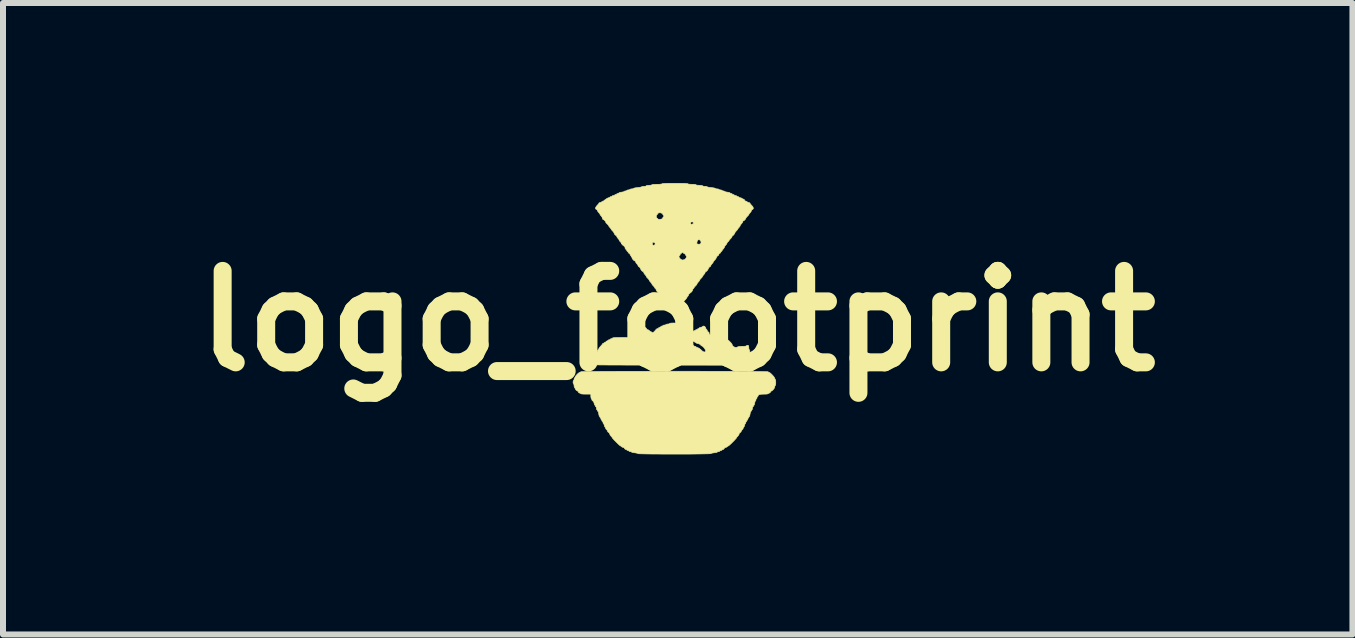
<source format=kicad_pcb>
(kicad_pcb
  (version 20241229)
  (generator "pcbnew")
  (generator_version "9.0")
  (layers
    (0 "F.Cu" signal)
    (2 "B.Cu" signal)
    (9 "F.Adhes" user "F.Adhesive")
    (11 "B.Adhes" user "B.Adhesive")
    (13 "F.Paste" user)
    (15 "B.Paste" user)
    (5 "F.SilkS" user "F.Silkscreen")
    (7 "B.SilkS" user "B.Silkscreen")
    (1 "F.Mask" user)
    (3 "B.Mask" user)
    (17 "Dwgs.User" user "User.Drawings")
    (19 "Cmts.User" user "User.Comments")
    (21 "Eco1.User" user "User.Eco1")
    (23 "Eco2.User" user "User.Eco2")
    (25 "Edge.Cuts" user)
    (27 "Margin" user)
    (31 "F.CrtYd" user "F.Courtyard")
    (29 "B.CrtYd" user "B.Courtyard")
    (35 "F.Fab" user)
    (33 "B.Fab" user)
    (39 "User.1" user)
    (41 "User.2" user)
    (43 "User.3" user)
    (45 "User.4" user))
  (footprint "logo_footprint"
    (layer "F.Cu")
    (at 8.244 2.299)
    (property "Reference" "logo_footprint" (at 0 0 0) (layer "F.SilkS") (effects (font (size 1.524 1.524) (thickness 0.3))))
    (attr through_hole)
    (fp_poly (pts (xy 0.164 0.838) (xy 0.367 0.838) (xy 0.554 0.839) (xy 0.724 0.839) (xy 0.877 0.839) (xy 1.014 0.84) (xy 1.134 0.84) (xy 1.237 0.841) (xy 1.324 0.842) (xy 1.394 0.843) (xy 1.447 0.844) (xy 1.484 0.845) (xy 1.503 0.846) (xy 1.507 0.847) (xy 1.514 0.854) (xy 1.519 0.855) (xy 1.533 0.861) (xy 1.553 0.877) (xy 1.575 0.899) (xy 1.596 0.922) (xy 1.611 0.942) (xy 1.617 0.956) (xy 1.621 0.97) (xy 1.626 0.974) (xy 1.63 0.981) (xy 1.633 1.002) (xy 1.634 1.024) (xy 1.633 1.052) (xy 1.629 1.07) (xy 1.626 1.075) (xy 1.619 1.083) (xy 1.617 1.097) (xy 1.612 1.115) (xy 1.598 1.136) (xy 1.58 1.155) (xy 1.564 1.167) (xy 1.558 1.168) (xy 1.55 1.175) (xy 1.545 1.185) (xy 1.534 1.199) (xy 1.523 1.202) (xy 1.51 1.206) (xy 1.507 1.211) (xy 1.499 1.215) (xy 1.477 1.218) (xy 1.444 1.219) (xy 1.434 1.219) (xy 1.39 1.221) (xy 1.36 1.226) (xy 1.343 1.236) (xy 1.338 1.251) (xy 1.338 1.252) (xy 1.332 1.261) (xy 1.329 1.262) (xy 1.322 1.269) (xy 1.321 1.278) (xy 1.317 1.292) (xy 1.312 1.295) (xy 1.305 1.302) (xy 1.304 1.312) (xy 1.301 1.326) (xy 1.296 1.329) (xy 1.291 1.337) (xy 1.285 1.356) (xy 1.283 1.367) (xy 1.278 1.39) (xy 1.272 1.404) (xy 1.269 1.405) (xy 1.262 1.412) (xy 1.262 1.418) (xy 1.257 1.429) (xy 1.253 1.431) (xy 1.247 1.438) (xy 1.245 1.456) (xy 1.245 1.456) (xy 1.242 1.474) (xy 1.236 1.482) (xy 1.236 1.482) (xy 1.229 1.489) (xy 1.228 1.494) (xy 1.223 1.506) (xy 1.219 1.507) (xy 1.214 1.515) (xy 1.208 1.534) (xy 1.206 1.549) (xy 1.201 1.574) (xy 1.196 1.589) (xy 1.193 1.592) (xy 1.186 1.599) (xy 1.185 1.604) (xy 1.181 1.616) (xy 1.177 1.617) (xy 1.17 1.624) (xy 1.168 1.634) (xy 1.165 1.648) (xy 1.16 1.651) (xy 1.152 1.658) (xy 1.151 1.664) (xy 1.147 1.675) (xy 1.143 1.676) (xy 1.136 1.683) (xy 1.135 1.693) (xy 1.131 1.707) (xy 1.127 1.71) (xy 1.121 1.718) (xy 1.115 1.736) (xy 1.114 1.74) (xy 1.108 1.759) (xy 1.101 1.769) (xy 1.1 1.77) (xy 1.093 1.777) (xy 1.092 1.785) (xy 1.086 1.801) (xy 1.075 1.812) (xy 1.062 1.827) (xy 1.058 1.839) (xy 1.051 1.853) (xy 1.041 1.858) (xy 1.028 1.869) (xy 1.024 1.88) (xy 1.019 1.896) (xy 1.005 1.915) (xy 1.003 1.917) (xy 0.989 1.932) (xy 0.982 1.942) (xy 0.982 1.943) (xy 0.976 1.953) (xy 0.961 1.97) (xy 0.939 1.994) (xy 0.914 2.019) (xy 0.889 2.044) (xy 0.866 2.065) (xy 0.85 2.079) (xy 0.842 2.083) (xy 0.833 2.088) (xy 0.824 2.095) (xy 0.807 2.106) (xy 0.796 2.108) (xy 0.781 2.115) (xy 0.775 2.125) (xy 0.763 2.139) (xy 0.753 2.142) (xy 0.74 2.146) (xy 0.737 2.151) (xy 0.73 2.157) (xy 0.72 2.159) (xy 0.706 2.163) (xy 0.703 2.167) (xy 0.695 2.174) (xy 0.682 2.176) (xy 0.666 2.179) (xy 0.66 2.184) (xy 0.653 2.189) (xy 0.633 2.193) (xy 0.605 2.197) (xy 0.577 2.201) (xy 0.558 2.206) (xy 0.55 2.211) (xy 0.542 2.212) (xy 0.518 2.213) (xy 0.48 2.214) (xy 0.428 2.215) (xy 0.364 2.216) (xy 0.289 2.217) (xy 0.204 2.218) (xy 0.11 2.218) (xy 0.01 2.218) (xy -0.055 2.218) (xy -0.16 2.218) (xy -0.258 2.218) (xy -0.348 2.217) (xy -0.429 2.217) (xy -0.5 2.216) (xy -0.559 2.215) (xy -0.606 2.214) (xy -0.639 2.213) (xy -0.657 2.212) (xy -0.66 2.211) (xy -0.668 2.206) (xy -0.688 2.201) (xy -0.715 2.197) (xy -0.743 2.193) (xy -0.763 2.188) (xy -0.77 2.184) (xy -0.778 2.178) (xy -0.792 2.176) (xy -0.808 2.173) (xy -0.813 2.167) (xy -0.82 2.161) (xy -0.83 2.159) (xy -0.843 2.155) (xy -0.847 2.151) (xy -0.854 2.144) (xy -0.863 2.142) (xy -0.879 2.135) (xy -0.885 2.125) (xy -0.896 2.111) (xy -0.906 2.108) (xy -0.925 2.102) (xy -0.934 2.095) (xy -0.947 2.085) (xy -0.952 2.083) (xy -0.962 2.077) (xy -0.98 2.062) (xy -1.003 2.04) (xy -1.028 2.015) (xy -1.053 1.99) (xy -1.074 1.967) (xy -1.088 1.951) (xy -1.092 1.943) (xy -1.098 1.934) (xy -1.111 1.919) (xy -1.113 1.917) (xy -1.128 1.898) (xy -1.134 1.881) (xy -1.135 1.88) (xy -1.142 1.865) (xy -1.151 1.858) (xy -1.165 1.848) (xy -1.168 1.839) (xy -1.175 1.823) (xy -1.185 1.812) (xy -1.199 1.797) (xy -1.202 1.785) (xy -1.206 1.772) (xy -1.21 1.77) (xy -1.217 1.762) (xy -1.223 1.744) (xy -1.224 1.74) (xy -1.23 1.72) (xy -1.236 1.711) (xy -1.237 1.71) (xy -1.243 1.703) (xy -1.245 1.693) (xy -1.248 1.68) (xy -1.253 1.676) (xy -1.261 1.67) (xy -1.262 1.664) (xy -1.266 1.652) (xy -1.27 1.651) (xy -1.277 1.644) (xy -1.278 1.634) (xy -1.282 1.62) (xy -1.287 1.617) (xy -1.294 1.61) (xy -1.295 1.604) (xy -1.299 1.593) (xy -1.303 1.592) (xy -1.308 1.584) (xy -1.313 1.565) (xy -1.316 1.549) (xy -1.32 1.525) (xy -1.326 1.51) (xy -1.33 1.507) (xy -1.337 1.5) (xy -1.338 1.494) (xy -1.342 1.483) (xy -1.346 1.482) (xy -1.352 1.474) (xy -1.355 1.457) (xy -1.355 1.456) (xy -1.357 1.438) (xy -1.363 1.431) (xy -1.363 1.431) (xy -1.371 1.424) (xy -1.372 1.418) (xy -1.376 1.407) (xy -1.379 1.405) (xy -1.385 1.398) (xy -1.391 1.379) (xy -1.393 1.372) (xy -1.402 1.345) (xy -1.415 1.333) (xy -1.428 1.322) (xy -1.431 1.312) (xy -1.435 1.298) (xy -1.439 1.295) (xy -1.444 1.288) (xy -1.447 1.269) (xy -1.448 1.257) (xy -1.448 1.219) (xy -1.532 1.219) (xy -1.572 1.218) (xy -1.6 1.216) (xy -1.615 1.213) (xy -1.617 1.211) (xy -1.624 1.204) (xy -1.633 1.202) (xy -1.649 1.195) (xy -1.655 1.185) (xy -1.662 1.172) (xy -1.667 1.168) (xy -1.681 1.162) (xy -1.697 1.147) (xy -1.708 1.131) (xy -1.71 1.123) (xy -1.715 1.111) (xy -1.719 1.109) (xy -1.724 1.102) (xy -1.727 1.083) (xy -1.727 1.079) (xy -1.729 1.06) (xy -1.735 1.05) (xy -1.736 1.05) (xy -1.741 1.042) (xy -1.744 1.024) (xy -1.744 1.02) (xy -1.742 1.001) (xy -1.737 0.991) (xy -1.736 0.991) (xy -1.729 0.983) (xy -1.727 0.969) (xy -1.724 0.954) (xy -1.719 0.948) (xy -1.711 0.941) (xy -1.71 0.935) (xy -1.704 0.922) (xy -1.689 0.903) (xy -1.669 0.882) (xy -1.649 0.865) (xy -1.633 0.856) (xy -1.629 0.855) (xy -1.618 0.85) (xy -1.617 0.847) (xy -1.609 0.845) (xy -1.583 0.844) (xy -1.541 0.843) (xy -1.482 0.842) (xy -1.406 0.842) (xy -1.314 0.841) (xy -1.205 0.84) (xy -1.079 0.84) (xy -0.936 0.839) (xy -0.777 0.839) (xy -0.602 0.839) (xy -0.409 0.838) (xy -0.201 0.838) (xy -0.055 0.838) (xy 0.164 0.838)) (stroke (width 0.01) (type solid)) (fill yes) (layer "F.SilkS"))
    (fp_poly (pts (xy -0.028 0.035) (xy -0.004 0.037) (xy 0.008 0.041) (xy 0.008 0.042) (xy 0.016 0.048) (xy 0.034 0.051) (xy 0.038 0.051) (xy 0.058 0.053) (xy 0.067 0.058) (xy 0.068 0.059) (xy 0.075 0.065) (xy 0.093 0.068) (xy 0.093 0.068) (xy 0.111 0.07) (xy 0.119 0.076) (xy 0.119 0.076) (xy 0.126 0.083) (xy 0.135 0.085) (xy 0.149 0.088) (xy 0.152 0.092) (xy 0.16 0.099) (xy 0.178 0.106) (xy 0.179 0.106) (xy 0.212 0.121) (xy 0.241 0.149) (xy 0.252 0.165) (xy 0.26 0.174) (xy 0.262 0.171) (xy 0.27 0.163) (xy 0.279 0.161) (xy 0.293 0.157) (xy 0.296 0.152) (xy 0.303 0.146) (xy 0.313 0.144) (xy 0.327 0.14) (xy 0.33 0.135) (xy 0.337 0.128) (xy 0.343 0.127) (xy 0.354 0.123) (xy 0.356 0.119) (xy 0.363 0.112) (xy 0.381 0.106) (xy 0.385 0.105) (xy 0.405 0.1) (xy 0.415 0.093) (xy 0.415 0.092) (xy 0.422 0.086) (xy 0.434 0.085) (xy 0.45 0.09) (xy 0.462 0.107) (xy 0.465 0.114) (xy 0.473 0.134) (xy 0.482 0.144) (xy 0.483 0.144) (xy 0.49 0.151) (xy 0.491 0.16) (xy 0.498 0.176) (xy 0.509 0.182) (xy 0.522 0.192) (xy 0.523 0.202) (xy 0.525 0.22) (xy 0.53 0.227) (xy 0.545 0.235) (xy 0.56 0.236) (xy 0.567 0.23) (xy 0.567 0.229) (xy 0.574 0.221) (xy 0.58 0.22) (xy 0.591 0.225) (xy 0.593 0.229) (xy 0.6 0.233) (xy 0.62 0.236) (xy 0.639 0.237) (xy 0.665 0.238) (xy 0.682 0.242) (xy 0.686 0.246) (xy 0.693 0.251) (xy 0.711 0.254) (xy 0.711 0.254) (xy 0.729 0.256) (xy 0.737 0.261) (xy 0.737 0.262) (xy 0.744 0.268) (xy 0.762 0.274) (xy 0.764 0.274) (xy 0.788 0.283) (xy 0.804 0.296) (xy 0.804 0.296) (xy 0.818 0.309) (xy 0.827 0.313) (xy 0.84 0.319) (xy 0.858 0.334) (xy 0.878 0.354) (xy 0.895 0.373) (xy 0.905 0.389) (xy 0.906 0.392) (xy 0.914 0.413) (xy 0.933 0.43) (xy 0.959 0.44) (xy 0.968 0.44) (xy 0.988 0.438) (xy 0.999 0.433) (xy 0.999 0.432) (xy 1.007 0.428) (xy 1.029 0.425) (xy 1.062 0.423) (xy 1.071 0.423) (xy 1.106 0.422) (xy 1.131 0.42) (xy 1.143 0.416) (xy 1.143 0.415) (xy 1.15 0.408) (xy 1.163 0.406) (xy 1.176 0.408) (xy 1.182 0.417) (xy 1.184 0.438) (xy 1.184 0.442) (xy 1.186 0.465) (xy 1.192 0.481) (xy 1.194 0.483) (xy 1.201 0.496) (xy 1.2 0.513) (xy 1.201 0.536) (xy 1.216 0.556) (xy 1.232 0.57) (xy 1.244 0.576) (xy 1.245 0.576) (xy 1.256 0.582) (xy 1.274 0.596) (xy 1.293 0.615) (xy 1.31 0.634) (xy 1.32 0.648) (xy 1.321 0.652) (xy 1.326 0.665) (xy 1.334 0.674) (xy 1.343 0.692) (xy 1.346 0.712) (xy 1.346 0.737) (xy -0.019 0.736) (xy -0.17 0.736) (xy -0.316 0.736) (xy -0.457 0.735) (xy -0.592 0.735) (xy -0.719 0.735) (xy -0.838 0.735) (xy -0.948 0.734) (xy -1.048 0.734) (xy -1.137 0.734) (xy -1.215 0.733) (xy -1.28 0.733) (xy -1.331 0.732) (xy -1.368 0.732) (xy -1.389 0.731) (xy -1.395 0.731) (xy -1.404 0.72) (xy -1.405 0.701) (xy -1.398 0.681) (xy -1.393 0.674) (xy -1.384 0.659) (xy -1.384 0.634) (xy -1.385 0.627) (xy -1.387 0.602) (xy -1.382 0.593) (xy -1.381 0.593) (xy -1.374 0.585) (xy -1.372 0.568) (xy -1.372 0.567) (xy -1.369 0.549) (xy -1.363 0.542) (xy -1.363 0.542) (xy -1.356 0.535) (xy -1.355 0.529) (xy -1.35 0.518) (xy -1.346 0.516) (xy -1.339 0.509) (xy -1.338 0.5) (xy -1.334 0.486) (xy -1.33 0.483) (xy -1.321 0.476) (xy -1.316 0.464) (xy -1.307 0.448) (xy -1.29 0.426) (xy -1.282 0.418) (xy -1.265 0.399) (xy -1.255 0.385) (xy -1.253 0.381) (xy -1.246 0.373) (xy -1.24 0.373) (xy -1.229 0.368) (xy -1.228 0.365) (xy -1.22 0.358) (xy -1.206 0.352) (xy -1.191 0.345) (xy -1.191 0.345) (xy 0.077 0.345) (xy 0.08 0.355) (xy 0.081 0.359) (xy 0.094 0.37) (xy 0.115 0.373) (xy 0.134 0.375) (xy 0.144 0.38) (xy 0.144 0.381) (xy 0.152 0.386) (xy 0.171 0.389) (xy 0.191 0.389) (xy 0.216 0.391) (xy 0.233 0.394) (xy 0.237 0.398) (xy 0.244 0.405) (xy 0.254 0.406) (xy 0.268 0.41) (xy 0.271 0.415) (xy 0.278 0.422) (xy 0.288 0.423) (xy 0.302 0.426) (xy 0.305 0.431) (xy 0.312 0.437) (xy 0.33 0.443) (xy 0.332 0.444) (xy 0.358 0.456) (xy 0.386 0.478) (xy 0.389 0.483) (xy 0.414 0.505) (xy 0.436 0.516) (xy 0.454 0.516) (xy 0.464 0.505) (xy 0.466 0.495) (xy 0.46 0.479) (xy 0.447 0.457) (xy 0.429 0.436) (xy 0.412 0.42) (xy 0.4 0.415) (xy 0.39 0.409) (xy 0.381 0.398) (xy 0.365 0.386) (xy 0.342 0.377) (xy 0.337 0.377) (xy 0.317 0.371) (xy 0.305 0.365) (xy 0.305 0.363) (xy 0.298 0.356) (xy 0.292 0.356) (xy 0.281 0.351) (xy 0.279 0.347) (xy 0.272 0.341) (xy 0.254 0.339) (xy 0.254 0.339) (xy 0.236 0.336) (xy 0.229 0.33) (xy 0.229 0.33) (xy 0.221 0.326) (xy 0.201 0.323) (xy 0.178 0.322) (xy 0.151 0.32) (xy 0.132 0.317) (xy 0.127 0.313) (xy 0.122 0.305) (xy 0.109 0.308) (xy 0.093 0.321) (xy 0.092 0.323) (xy 0.08 0.337) (xy 0.077 0.345) (xy -1.191 0.345) (xy -1.185 0.339) (xy -1.178 0.331) (xy -1.173 0.33) (xy -1.161 0.326) (xy -1.16 0.322) (xy -1.153 0.315) (xy -1.143 0.313) (xy -1.129 0.31) (xy -1.126 0.305) (xy -1.119 0.298) (xy -1.11 0.296) (xy -1.095 0.292) (xy -1.09 0.286) (xy -1.084 0.282) (xy -1.068 0.279) (xy -1.041 0.277) (xy -1.001 0.276) (xy -0.945 0.275) (xy -0.936 0.275) (xy -0.878 0.275) (xy -0.835 0.277) (xy -0.806 0.278) (xy -0.789 0.281) (xy -0.781 0.285) (xy -0.781 0.286) (xy -0.771 0.293) (xy -0.751 0.296) (xy -0.749 0.296) (xy -0.728 0.293) (xy -0.717 0.282) (xy -0.715 0.277) (xy -0.703 0.256) (xy -0.693 0.245) (xy -0.681 0.229) (xy -0.677 0.218) (xy -0.672 0.206) (xy -0.657 0.186) (xy -0.639 0.166) (xy -0.62 0.143) (xy -0.606 0.124) (xy -0.601 0.114) (xy -0.594 0.105) (xy -0.577 0.102) (xy -0.556 0.103) (xy -0.537 0.11) (xy -0.53 0.115) (xy -0.519 0.129) (xy -0.516 0.136) (xy -0.51 0.143) (xy -0.503 0.144) (xy -0.487 0.15) (xy -0.475 0.16) (xy -0.456 0.175) (xy -0.442 0.181) (xy -0.428 0.189) (xy -0.423 0.196) (xy -0.418 0.198) (xy -0.411 0.193) (xy -0.394 0.179) (xy -0.388 0.173) (xy -0.374 0.158) (xy -0.364 0.145) (xy -0.349 0.131) (xy -0.337 0.127) (xy -0.324 0.123) (xy -0.322 0.119) (xy -0.315 0.111) (xy -0.301 0.105) (xy -0.285 0.099) (xy -0.279 0.092) (xy -0.272 0.086) (xy -0.262 0.085) (xy -0.249 0.081) (xy -0.246 0.076) (xy -0.238 0.07) (xy -0.22 0.068) (xy -0.22 0.068) (xy -0.202 0.065) (xy -0.195 0.059) (xy -0.195 0.059) (xy -0.187 0.054) (xy -0.169 0.051) (xy -0.165 0.051) (xy -0.146 0.049) (xy -0.136 0.043) (xy -0.135 0.042) (xy -0.128 0.038) (xy -0.106 0.035) (xy -0.073 0.034) (xy -0.064 0.034) (xy -0.028 0.035)) (stroke (width 0.01) (type solid)) (fill yes) (layer "F.SilkS"))
    (fp_poly (pts (xy 0.026 -2.294) (xy 0.084 -2.293) (xy 0.128 -2.292) (xy 0.156 -2.289) (xy 0.169 -2.287) (xy 0.169 -2.286) (xy 0.177 -2.282) (xy 0.199 -2.279) (xy 0.231 -2.278) (xy 0.237 -2.278) (xy 0.271 -2.277) (xy 0.294 -2.274) (xy 0.305 -2.27) (xy 0.305 -2.269) (xy 0.313 -2.265) (xy 0.333 -2.262) (xy 0.36 -2.261) (xy 0.389 -2.259) (xy 0.408 -2.256) (xy 0.415 -2.252) (xy 0.422 -2.247) (xy 0.442 -2.244) (xy 0.453 -2.244) (xy 0.476 -2.242) (xy 0.489 -2.238) (xy 0.491 -2.236) (xy 0.499 -2.232) (xy 0.52 -2.228) (xy 0.549 -2.224) (xy 0.559 -2.223) (xy 0.59 -2.219) (xy 0.614 -2.215) (xy 0.626 -2.21) (xy 0.627 -2.209) (xy 0.634 -2.204) (xy 0.652 -2.201) (xy 0.656 -2.201) (xy 0.676 -2.199) (xy 0.686 -2.194) (xy 0.686 -2.193) (xy 0.693 -2.187) (xy 0.711 -2.184) (xy 0.711 -2.184) (xy 0.729 -2.182) (xy 0.737 -2.176) (xy 0.737 -2.176) (xy 0.744 -2.17) (xy 0.758 -2.167) (xy 0.774 -2.165) (xy 0.779 -2.16) (xy 0.787 -2.155) (xy 0.806 -2.15) (xy 0.826 -2.147) (xy 0.851 -2.142) (xy 0.868 -2.137) (xy 0.872 -2.133) (xy 0.879 -2.127) (xy 0.889 -2.125) (xy 0.903 -2.122) (xy 0.906 -2.117) (xy 0.913 -2.11) (xy 0.923 -2.108) (xy 0.937 -2.105) (xy 0.94 -2.1) (xy 0.947 -2.093) (xy 0.961 -2.091) (xy 0.977 -2.088) (xy 0.982 -2.083) (xy 0.989 -2.076) (xy 0.999 -2.074) (xy 1.013 -2.071) (xy 1.016 -2.066) (xy 1.023 -2.06) (xy 1.042 -2.053) (xy 1.046 -2.053) (xy 1.065 -2.047) (xy 1.075 -2.041) (xy 1.075 -2.04) (xy 1.082 -2.033) (xy 1.092 -2.032) (xy 1.107 -2.025) (xy 1.113 -2.015) (xy 1.123 -2.001) (xy 1.131 -1.998) (xy 1.148 -1.993) (xy 1.157 -1.985) (xy 1.175 -1.975) (xy 1.186 -1.973) (xy 1.199 -1.969) (xy 1.202 -1.965) (xy 1.208 -1.954) (xy 1.222 -1.937) (xy 1.232 -1.927) (xy 1.253 -1.901) (xy 1.261 -1.879) (xy 1.254 -1.864) (xy 1.245 -1.858) (xy 1.231 -1.849) (xy 1.228 -1.84) (xy 1.222 -1.823) (xy 1.217 -1.816) (xy 1.197 -1.793) (xy 1.187 -1.779) (xy 1.185 -1.773) (xy 1.18 -1.765) (xy 1.166 -1.75) (xy 1.16 -1.744) (xy 1.144 -1.727) (xy 1.135 -1.714) (xy 1.135 -1.711) (xy 1.129 -1.698) (xy 1.115 -1.682) (xy 1.1 -1.67) (xy 1.092 -1.668) (xy 1.085 -1.661) (xy 1.084 -1.655) (xy 1.078 -1.64) (xy 1.064 -1.622) (xy 1.063 -1.621) (xy 1.048 -1.604) (xy 1.042 -1.592) (xy 1.041 -1.591) (xy 1.039 -1.582) (xy 1.029 -1.568) (xy 1.01 -1.546) (xy 1.01 -1.545) (xy 1.001 -1.533) (xy 0.999 -1.528) (xy 0.993 -1.519) (xy 0.98 -1.504) (xy 0.975 -1.5) (xy 0.958 -1.479) (xy 0.946 -1.457) (xy 0.945 -1.455) (xy 0.935 -1.436) (xy 0.923 -1.427) (xy 0.909 -1.417) (xy 0.906 -1.408) (xy 0.9 -1.395) (xy 0.886 -1.377) (xy 0.881 -1.372) (xy 0.865 -1.355) (xy 0.856 -1.343) (xy 0.855 -1.34) (xy 0.849 -1.33) (xy 0.838 -1.321) (xy 0.825 -1.307) (xy 0.821 -1.297) (xy 0.815 -1.283) (xy 0.801 -1.266) (xy 0.8 -1.265) (xy 0.786 -1.248) (xy 0.779 -1.233) (xy 0.779 -1.233) (xy 0.773 -1.218) (xy 0.76 -1.201) (xy 0.758 -1.199) (xy 0.744 -1.182) (xy 0.737 -1.17) (xy 0.737 -1.169) (xy 0.731 -1.16) (xy 0.729 -1.16) (xy 0.72 -1.153) (xy 0.715 -1.143) (xy 0.706 -1.129) (xy 0.698 -1.126) (xy 0.688 -1.119) (xy 0.686 -1.11) (xy 0.679 -1.094) (xy 0.669 -1.088) (xy 0.654 -1.076) (xy 0.646 -1.06) (xy 0.636 -1.039) (xy 0.619 -1.017) (xy 0.617 -1.015) (xy 0.601 -0.998) (xy 0.593 -0.985) (xy 0.593 -0.983) (xy 0.587 -0.972) (xy 0.574 -0.955) (xy 0.572 -0.953) (xy 0.557 -0.936) (xy 0.55 -0.921) (xy 0.55 -0.92) (xy 0.543 -0.907) (xy 0.533 -0.902) (xy 0.519 -0.89) (xy 0.511 -0.874) (xy 0.501 -0.853) (xy 0.486 -0.834) (xy 0.47 -0.822) (xy 0.464 -0.821) (xy 0.458 -0.814) (xy 0.457 -0.808) (xy 0.452 -0.794) (xy 0.438 -0.776) (xy 0.436 -0.774) (xy 0.422 -0.757) (xy 0.415 -0.745) (xy 0.415 -0.744) (xy 0.409 -0.733) (xy 0.395 -0.717) (xy 0.389 -0.711) (xy 0.373 -0.694) (xy 0.365 -0.68) (xy 0.364 -0.678) (xy 0.358 -0.666) (xy 0.344 -0.65) (xy 0.343 -0.648) (xy 0.328 -0.632) (xy 0.322 -0.619) (xy 0.322 -0.618) (xy 0.316 -0.606) (xy 0.302 -0.589) (xy 0.296 -0.584) (xy 0.28 -0.567) (xy 0.272 -0.554) (xy 0.271 -0.551) (xy 0.265 -0.542) (xy 0.263 -0.542) (xy 0.255 -0.535) (xy 0.249 -0.519) (xy 0.241 -0.499) (xy 0.226 -0.481) (xy 0.2 -0.461) (xy 0.196 -0.457) (xy 0.182 -0.442) (xy 0.178 -0.43) (xy 0.174 -0.417) (xy 0.17 -0.415) (xy 0.162 -0.408) (xy 0.156 -0.396) (xy 0.146 -0.378) (xy 0.129 -0.357) (xy 0.126 -0.354) (xy 0.11 -0.338) (xy 0.102 -0.324) (xy 0.102 -0.322) (xy 0.096 -0.31) (xy 0.082 -0.294) (xy 0.08 -0.293) (xy 0.066 -0.277) (xy 0.059 -0.263) (xy 0.059 -0.262) (xy 0.053 -0.25) (xy 0.039 -0.234) (xy 0.023 -0.223) (xy 0.016 -0.22) (xy 0.009 -0.213) (xy 0.008 -0.207) (xy 0.006 -0.196) (xy -0.001 -0.183) (xy -0.018 -0.163) (xy -0.023 -0.157) (xy -0.032 -0.142) (xy -0.034 -0.136) (xy -0.041 -0.129) (xy -0.055 -0.127) (xy -0.071 -0.13) (xy -0.076 -0.136) (xy -0.079 -0.145) (xy -0.088 -0.159) (xy -0.107 -0.181) (xy -0.108 -0.182) (xy -0.117 -0.199) (xy -0.119 -0.207) (xy -0.122 -0.218) (xy -0.126 -0.22) (xy -0.139 -0.226) (xy -0.155 -0.24) (xy -0.167 -0.255) (xy -0.169 -0.262) (xy -0.175 -0.275) (xy -0.189 -0.291) (xy -0.191 -0.293) (xy -0.205 -0.309) (xy -0.212 -0.321) (xy -0.212 -0.322) (xy -0.217 -0.334) (xy -0.232 -0.35) (xy -0.237 -0.356) (xy -0.253 -0.373) (xy -0.262 -0.386) (xy -0.262 -0.388) (xy -0.268 -0.4) (xy -0.281 -0.416) (xy -0.284 -0.418) (xy -0.298 -0.436) (xy -0.305 -0.451) (xy -0.305 -0.453) (xy -0.309 -0.464) (xy -0.312 -0.466) (xy -0.327 -0.473) (xy -0.343 -0.489) (xy -0.356 -0.51) (xy -0.359 -0.519) (xy -0.365 -0.535) (xy -0.373 -0.542) (xy -0.381 -0.548) (xy -0.381 -0.551) (xy -0.387 -0.562) (xy -0.401 -0.579) (xy -0.406 -0.584) (xy -0.422 -0.602) (xy -0.431 -0.616) (xy -0.432 -0.618) (xy -0.438 -0.631) (xy -0.452 -0.647) (xy -0.453 -0.648) (xy -0.467 -0.664) (xy -0.474 -0.677) (xy -0.474 -0.678) (xy -0.48 -0.689) (xy -0.494 -0.706) (xy -0.5 -0.711) (xy -0.516 -0.728) (xy -0.524 -0.741) (xy -0.525 -0.744) (xy -0.53 -0.755) (xy -0.544 -0.772) (xy -0.546 -0.774) (xy -0.56 -0.792) (xy -0.567 -0.807) (xy -0.567 -0.808) (xy -0.571 -0.82) (xy -0.574 -0.821) (xy -0.589 -0.828) (xy -0.606 -0.845) (xy -0.618 -0.866) (xy -0.621 -0.874) (xy -0.631 -0.892) (xy -0.643 -0.902) (xy -0.657 -0.911) (xy -0.66 -0.92) (xy -0.666 -0.934) (xy -0.68 -0.951) (xy -0.682 -0.953) (xy -0.696 -0.971) (xy -0.703 -0.986) (xy -0.703 -0.987) (xy -0.708 -0.998) (xy -0.712 -0.999) (xy -0.725 -1.005) (xy -0.742 -1.02) (xy -0.756 -1.038) (xy -0.762 -1.053) (xy -0.762 -1.054) (xy -0.768 -1.069) (xy -0.775 -1.079) (xy 0.021 -1.079) (xy 0.022 -1.063) (xy 0.033 -1.045) (xy 0.05 -1.029) (xy 0.07 -1.018) (xy 0.085 -1.016) (xy 0.109 -1.022) (xy 0.124 -1.031) (xy 0.137 -1.046) (xy 0.145 -1.063) (xy 0.148 -1.078) (xy 0.143 -1.084) (xy 0.136 -1.09) (xy 0.135 -1.093) (xy 0.13 -1.106) (xy 0.123 -1.114) (xy 0.109 -1.124) (xy 0.102 -1.126) (xy 0.094 -1.132) (xy 0.093 -1.135) (xy 0.086 -1.142) (xy 0.08 -1.143) (xy 0.069 -1.138) (xy 0.068 -1.135) (xy 0.061 -1.127) (xy 0.055 -1.126) (xy 0.045 -1.119) (xy 0.042 -1.11) (xy 0.037 -1.094) (xy 0.03 -1.089) (xy 0.021 -1.079) (xy -0.775 -1.079) (xy -0.779 -1.084) (xy -0.791 -1.1) (xy -0.796 -1.113) (xy -0.802 -1.125) (xy -0.808 -1.126) (xy -0.82 -1.133) (xy -0.825 -1.143) (xy -0.833 -1.157) (xy -0.839 -1.16) (xy -0.846 -1.167) (xy -0.847 -1.17) (xy -0.853 -1.182) (xy -0.865 -1.195) (xy -0.876 -1.21) (xy -0.878 -1.222) (xy -0.881 -1.235) (xy -0.891 -1.245) (xy -0.921 -1.268) (xy -0.936 -1.286) (xy -0.937 -1.287) (xy -0.423 -1.287) (xy -0.421 -1.269) (xy -0.411 -1.262) (xy -0.403 -1.262) (xy -0.386 -1.266) (xy -0.378 -1.274) (xy -0.377 -1.295) (xy -0.379 -1.298) (xy 0.317 -1.298) (xy 0.321 -1.287) (xy 0.336 -1.28) (xy 0.357 -1.279) (xy 0.376 -1.284) (xy 0.386 -1.295) (xy 0.389 -1.31) (xy 0.384 -1.333) (xy 0.371 -1.348) (xy 0.354 -1.355) (xy 0.338 -1.351) (xy 0.327 -1.336) (xy 0.325 -1.331) (xy 0.321 -1.311) (xy 0.317 -1.298) (xy -0.379 -1.298) (xy -0.389 -1.309) (xy -0.403 -1.312) (xy -0.418 -1.309) (xy -0.423 -1.297) (xy -0.423 -1.287) (xy -0.937 -1.287) (xy -0.94 -1.297) (xy -0.946 -1.31) (xy -0.957 -1.321) (xy -0.97 -1.334) (xy -0.974 -1.343) (xy -0.979 -1.356) (xy -0.993 -1.373) (xy -0.995 -1.375) (xy -1.009 -1.393) (xy -1.016 -1.408) (xy -1.016 -1.409) (xy -1.023 -1.421) (xy -1.033 -1.427) (xy -1.047 -1.438) (xy -1.056 -1.455) (xy -1.066 -1.476) (xy -1.083 -1.497) (xy -1.085 -1.5) (xy -1.101 -1.516) (xy -1.109 -1.527) (xy -1.109 -1.528) (xy -1.114 -1.538) (xy -1.12 -1.545) (xy -1.14 -1.569) (xy -1.15 -1.583) (xy -1.151 -1.588) (xy -1.157 -1.597) (xy -1.171 -1.612) (xy -1.177 -1.617) (xy -1.193 -1.634) (xy -1.195 -1.638) (xy 0.212 -1.638) (xy 0.215 -1.624) (xy 0.224 -1.612) (xy 0.232 -1.607) (xy 0.236 -1.61) (xy 0.245 -1.616) (xy 0.25 -1.617) (xy 0.26 -1.624) (xy 0.262 -1.634) (xy 0.258 -1.646) (xy 0.244 -1.651) (xy 0.237 -1.651) (xy 0.217 -1.647) (xy 0.212 -1.638) (xy -1.195 -1.638) (xy -1.202 -1.649) (xy -1.202 -1.651) (xy -1.208 -1.664) (xy -1.223 -1.679) (xy -1.238 -1.691) (xy -1.246 -1.693) (xy -1.252 -1.7) (xy -1.253 -1.71) (xy -1.259 -1.727) (xy -1.271 -1.744) (xy -0.357 -1.744) (xy -0.357 -1.724) (xy -0.348 -1.715) (xy -0.346 -1.714) (xy -0.333 -1.706) (xy -0.33 -1.701) (xy -0.323 -1.695) (xy -0.306 -1.693) (xy -0.285 -1.695) (xy -0.266 -1.7) (xy -0.258 -1.705) (xy -0.248 -1.72) (xy -0.246 -1.727) (xy -0.239 -1.735) (xy -0.237 -1.736) (xy -0.23 -1.743) (xy -0.229 -1.748) (xy -0.233 -1.76) (xy -0.237 -1.761) (xy -0.245 -1.768) (xy -0.246 -1.77) (xy -0.253 -1.786) (xy -0.27 -1.798) (xy -0.293 -1.804) (xy -0.315 -1.802) (xy -0.331 -1.793) (xy -0.334 -1.786) (xy -0.342 -1.773) (xy -0.347 -1.77) (xy -0.353 -1.762) (xy -0.357 -1.744) (xy -0.357 -1.744) (xy -1.271 -1.744) (xy -1.273 -1.746) (xy -1.274 -1.748) (xy -1.288 -1.764) (xy -1.295 -1.776) (xy -1.295 -1.777) (xy -1.301 -1.788) (xy -1.314 -1.805) (xy -1.317 -1.807) (xy -1.331 -1.824) (xy -1.338 -1.839) (xy -1.338 -1.841) (xy -1.345 -1.853) (xy -1.355 -1.858) (xy -1.369 -1.869) (xy -1.369 -1.888) (xy -1.356 -1.911) (xy -1.342 -1.927) (xy -1.325 -1.945) (xy -1.314 -1.96) (xy -1.312 -1.965) (xy -1.305 -1.971) (xy -1.296 -1.973) (xy -1.277 -1.978) (xy -1.267 -1.985) (xy -1.251 -1.996) (xy -1.241 -1.998) (xy -1.229 -2.003) (xy -1.228 -2.007) (xy -1.221 -2.015) (xy -1.218 -2.015) (xy -1.206 -2.021) (xy -1.195 -2.031) (xy -1.177 -2.044) (xy -1.154 -2.053) (xy -1.135 -2.059) (xy -1.126 -2.066) (xy -1.126 -2.067) (xy -1.119 -2.073) (xy -1.109 -2.074) (xy -1.095 -2.078) (xy -1.092 -2.083) (xy -1.085 -2.089) (xy -1.071 -2.091) (xy -1.055 -2.094) (xy -1.05 -2.1) (xy -1.043 -2.107) (xy -1.033 -2.108) (xy -1.019 -2.112) (xy -1.016 -2.117) (xy -1.009 -2.124) (xy -0.999 -2.125) (xy -0.985 -2.128) (xy -0.982 -2.133) (xy -0.974 -2.138) (xy -0.955 -2.144) (xy -0.936 -2.147) (xy -0.91 -2.151) (xy -0.893 -2.156) (xy -0.889 -2.16) (xy -0.882 -2.166) (xy -0.868 -2.167) (xy -0.852 -2.17) (xy -0.847 -2.176) (xy -0.839 -2.182) (xy -0.822 -2.184) (xy -0.821 -2.184) (xy -0.803 -2.187) (xy -0.796 -2.193) (xy -0.796 -2.193) (xy -0.788 -2.198) (xy -0.77 -2.201) (xy -0.766 -2.201) (xy -0.747 -2.203) (xy -0.737 -2.208) (xy -0.737 -2.209) (xy -0.729 -2.214) (xy -0.708 -2.218) (xy -0.679 -2.222) (xy -0.669 -2.223) (xy -0.637 -2.227) (xy -0.614 -2.231) (xy -0.602 -2.235) (xy -0.601 -2.236) (xy -0.594 -2.241) (xy -0.574 -2.243) (xy -0.563 -2.244) (xy -0.54 -2.245) (xy -0.527 -2.25) (xy -0.525 -2.252) (xy -0.517 -2.257) (xy -0.498 -2.26) (xy -0.478 -2.261) (xy -0.453 -2.262) (xy -0.436 -2.266) (xy -0.432 -2.269) (xy -0.424 -2.273) (xy -0.401 -2.276) (xy -0.367 -2.277) (xy -0.347 -2.278) (xy -0.308 -2.278) (xy -0.279 -2.281) (xy -0.264 -2.284) (xy -0.262 -2.286) (xy -0.254 -2.289) (xy -0.23 -2.291) (xy -0.189 -2.293) (xy -0.135 -2.294) (xy -0.066 -2.294) (xy -0.047 -2.294) (xy 0.026 -2.294)) (stroke (width 0.01) (type solid)) (fill yes) (layer "F.SilkS")))
  (gr_rect
    (start -3 -3)
    (end 19.488 7.523)
    (stroke (width 0.1) (type default))
    (fill no)
    (layer "Edge.Cuts")))
</source>
